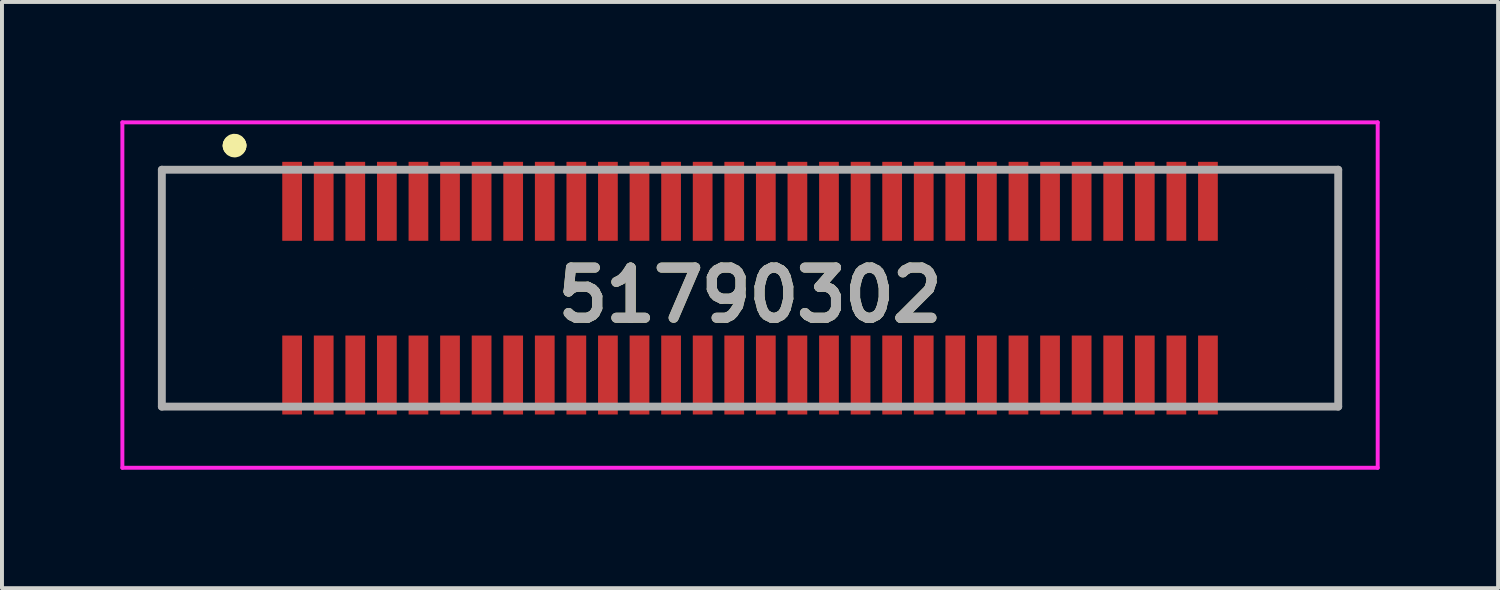
<source format=kicad_pcb>
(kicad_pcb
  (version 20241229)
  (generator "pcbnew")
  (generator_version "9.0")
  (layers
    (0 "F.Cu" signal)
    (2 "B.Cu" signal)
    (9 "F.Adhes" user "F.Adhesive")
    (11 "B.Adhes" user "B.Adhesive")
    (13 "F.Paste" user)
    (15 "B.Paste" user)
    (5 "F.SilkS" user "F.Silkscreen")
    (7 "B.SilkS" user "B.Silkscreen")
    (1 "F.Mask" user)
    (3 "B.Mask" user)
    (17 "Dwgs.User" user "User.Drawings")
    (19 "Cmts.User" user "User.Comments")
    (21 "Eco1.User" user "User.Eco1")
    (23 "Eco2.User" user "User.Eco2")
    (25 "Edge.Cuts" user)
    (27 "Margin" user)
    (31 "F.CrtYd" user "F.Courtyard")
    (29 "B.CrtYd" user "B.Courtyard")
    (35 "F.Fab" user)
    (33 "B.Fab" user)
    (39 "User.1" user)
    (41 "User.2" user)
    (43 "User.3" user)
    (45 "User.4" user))
  (footprint "51790302"
    (layer "F.Cu")
    (at 15.95 4.25)
    (property "Reference" "51790302" (at 0 0.175 0) (layer "F.SilkS") (effects (font (size 1.27 1.27) (thickness 0.254))))
    (attr through_hole)
    (fp_line (start -14.9 -3) (end -14.9 3) (stroke (width 0.1) (type solid)) (layer "F.SilkS"))
    (fp_line (start -14.9 3) (end -12.5 3) (stroke (width 0.1) (type solid)) (layer "F.SilkS"))
    (fp_line (start -13.108 -3.612) (end -13.108 -3.612) (stroke (width 0.5) (type solid)) (layer "F.SilkS"))
    (fp_line (start -13.008 -3.612) (end -13.008 -3.612) (stroke (width 0.5) (type solid)) (layer "F.SilkS"))
    (fp_line (start -12.5 -3) (end -14.9 -3) (stroke (width 0.1) (type solid)) (layer "F.SilkS"))
    (fp_line (start 12.5 -3) (end 14.9 -3) (stroke (width 0.1) (type solid)) (layer "F.SilkS"))
    (fp_line (start 14.9 -3) (end 14.9 3) (stroke (width 0.1) (type solid)) (layer "F.SilkS"))
    (fp_line (start 14.9 3) (end 12.5 3) (stroke (width 0.1) (type solid)) (layer "F.SilkS"))
    (fp_arc (start -13.108 -3.612) (mid -13.058 -3.662) (end -13.008 -3.612) (stroke (width 0.5) (type solid)) (layer "F.SilkS"))
    (fp_arc (start -13.008 -3.612) (mid -13.058 -3.562) (end -13.108 -3.612) (stroke (width 0.5) (type solid)) (layer "F.SilkS"))
    (fp_line (start -15.9 -4.2) (end 15.9 -4.2) (stroke (width 0.1) (type solid)) (layer "F.CrtYd"))
    (fp_line (start -15.9 4.55) (end -15.9 -4.2) (stroke (width 0.1) (type solid)) (layer "F.CrtYd"))
    (fp_line (start 15.9 -4.2) (end 15.9 4.55) (stroke (width 0.1) (type solid)) (layer "F.CrtYd"))
    (fp_line (start 15.9 4.55) (end -15.9 4.55) (stroke (width 0.1) (type solid)) (layer "F.CrtYd"))
    (fp_line (start -14.9 -3) (end 14.9 -3) (stroke (width 0.2) (type solid)) (layer "F.Fab"))
    (fp_line (start -14.9 3) (end -14.9 -3) (stroke (width 0.2) (type solid)) (layer "F.Fab"))
    (fp_line (start 14.9 -3) (end 14.9 3) (stroke (width 0.2) (type solid)) (layer "F.Fab"))
    (fp_line (start 14.9 3) (end -14.9 3) (stroke (width 0.2) (type solid)) (layer "F.Fab"))
    (fp_text user "${REFERENCE}" (at 0 0.175 0) (layer "F.Fab") (effects (font (size 1.27 1.27) (thickness 0.254))))
    (pad "" np_thru_hole circle (at -14.1 0) (size 0.001 0.001) (drill 0.83) (layers "*.Cu" "*.Mask"))
    (pad "" np_thru_hole circle (at 14.1 0) (size 0.001 0.001) (drill 1.23) (layers "*.Cu" "*.Mask"))
    (pad "1" smd rect (at -11.6 -2.2) (size 0.5 2) (layers "F.Cu" "F.Mask" "F.Paste"))
    (pad "2" smd rect (at -11.6 2.2) (size 0.5 2) (layers "F.Cu" "F.Mask" "F.Paste"))
    (pad "3" smd rect (at -10.8 -2.2) (size 0.5 2) (layers "F.Cu" "F.Mask" "F.Paste"))
    (pad "4" smd rect (at -10.8 2.2) (size 0.5 2) (layers "F.Cu" "F.Mask" "F.Paste"))
    (pad "5" smd rect (at -10 -2.2) (size 0.5 2) (layers "F.Cu" "F.Mask" "F.Paste"))
    (pad "6" smd rect (at -10 2.2) (size 0.5 2) (layers "F.Cu" "F.Mask" "F.Paste"))
    (pad "7" smd rect (at -9.2 -2.2) (size 0.5 2) (layers "F.Cu" "F.Mask" "F.Paste"))
    (pad "8" smd rect (at -9.2 2.2) (size 0.5 2) (layers "F.Cu" "F.Mask" "F.Paste"))
    (pad "9" smd rect (at -8.4 -2.2) (size 0.5 2) (layers "F.Cu" "F.Mask" "F.Paste"))
    (pad "10" smd rect (at -8.4 2.2) (size 0.5 2) (layers "F.Cu" "F.Mask" "F.Paste"))
    (pad "11" smd rect (at -7.6 -2.2) (size 0.5 2) (layers "F.Cu" "F.Mask" "F.Paste"))
    (pad "12" smd rect (at -7.6 2.2) (size 0.5 2) (layers "F.Cu" "F.Mask" "F.Paste"))
    (pad "13" smd rect (at -6.8 -2.2) (size 0.5 2) (layers "F.Cu" "F.Mask" "F.Paste"))
    (pad "14" smd rect (at -6.8 2.2) (size 0.5 2) (layers "F.Cu" "F.Mask" "F.Paste"))
    (pad "15" smd rect (at -6 -2.2) (size 0.5 2) (layers "F.Cu" "F.Mask" "F.Paste"))
    (pad "16" smd rect (at -6 2.2) (size 0.5 2) (layers "F.Cu" "F.Mask" "F.Paste"))
    (pad "17" smd rect (at -5.2 -2.2) (size 0.5 2) (layers "F.Cu" "F.Mask" "F.Paste"))
    (pad "18" smd rect (at -5.2 2.2) (size 0.5 2) (layers "F.Cu" "F.Mask" "F.Paste"))
    (pad "19" smd rect (at -4.4 -2.2) (size 0.5 2) (layers "F.Cu" "F.Mask" "F.Paste"))
    (pad "20" smd rect (at -4.4 2.2) (size 0.5 2) (layers "F.Cu" "F.Mask" "F.Paste"))
    (pad "21" smd rect (at -3.6 -2.2) (size 0.5 2) (layers "F.Cu" "F.Mask" "F.Paste"))
    (pad "22" smd rect (at -3.6 2.2) (size 0.5 2) (layers "F.Cu" "F.Mask" "F.Paste"))
    (pad "23" smd rect (at -2.8 -2.2) (size 0.5 2) (layers "F.Cu" "F.Mask" "F.Paste"))
    (pad "24" smd rect (at -2.8 2.2) (size 0.5 2) (layers "F.Cu" "F.Mask" "F.Paste"))
    (pad "25" smd rect (at -2 -2.2) (size 0.5 2) (layers "F.Cu" "F.Mask" "F.Paste"))
    (pad "26" smd rect (at -2 2.2) (size 0.5 2) (layers "F.Cu" "F.Mask" "F.Paste"))
    (pad "27" smd rect (at -1.2 -2.2) (size 0.5 2) (layers "F.Cu" "F.Mask" "F.Paste"))
    (pad "28" smd rect (at -1.2 2.2) (size 0.5 2) (layers "F.Cu" "F.Mask" "F.Paste"))
    (pad "29" smd rect (at -0.4 -2.2) (size 0.5 2) (layers "F.Cu" "F.Mask" "F.Paste"))
    (pad "30" smd rect (at -0.4 2.2) (size 0.5 2) (layers "F.Cu" "F.Mask" "F.Paste"))
    (pad "31" smd rect (at 0.4 -2.2) (size 0.5 2) (layers "F.Cu" "F.Mask" "F.Paste"))
    (pad "32" smd rect (at 0.4 2.2) (size 0.5 2) (layers "F.Cu" "F.Mask" "F.Paste"))
    (pad "33" smd rect (at 1.2 -2.2) (size 0.5 2) (layers "F.Cu" "F.Mask" "F.Paste"))
    (pad "34" smd rect (at 1.2 2.2) (size 0.5 2) (layers "F.Cu" "F.Mask" "F.Paste"))
    (pad "35" smd rect (at 2 -2.2) (size 0.5 2) (layers "F.Cu" "F.Mask" "F.Paste"))
    (pad "36" smd rect (at 2 2.2) (size 0.5 2) (layers "F.Cu" "F.Mask" "F.Paste"))
    (pad "37" smd rect (at 2.8 -2.2) (size 0.5 2) (layers "F.Cu" "F.Mask" "F.Paste"))
    (pad "38" smd rect (at 2.8 2.2) (size 0.5 2) (layers "F.Cu" "F.Mask" "F.Paste"))
    (pad "39" smd rect (at 3.6 -2.2) (size 0.5 2) (layers "F.Cu" "F.Mask" "F.Paste"))
    (pad "40" smd rect (at 3.6 2.2) (size 0.5 2) (layers "F.Cu" "F.Mask" "F.Paste"))
    (pad "41" smd rect (at 4.4 -2.2) (size 0.5 2) (layers "F.Cu" "F.Mask" "F.Paste"))
    (pad "42" smd rect (at 4.4 2.2) (size 0.5 2) (layers "F.Cu" "F.Mask" "F.Paste"))
    (pad "43" smd rect (at 5.2 -2.2) (size 0.5 2) (layers "F.Cu" "F.Mask" "F.Paste"))
    (pad "44" smd rect (at 5.2 2.2) (size 0.5 2) (layers "F.Cu" "F.Mask" "F.Paste"))
    (pad "45" smd rect (at 6 -2.2) (size 0.5 2) (layers "F.Cu" "F.Mask" "F.Paste"))
    (pad "46" smd rect (at 6 2.2) (size 0.5 2) (layers "F.Cu" "F.Mask" "F.Paste"))
    (pad "47" smd rect (at 6.8 -2.2) (size 0.5 2) (layers "F.Cu" "F.Mask" "F.Paste"))
    (pad "48" smd rect (at 6.8 2.2) (size 0.5 2) (layers "F.Cu" "F.Mask" "F.Paste"))
    (pad "49" smd rect (at 7.6 -2.2) (size 0.5 2) (layers "F.Cu" "F.Mask" "F.Paste"))
    (pad "50" smd rect (at 7.6 2.2) (size 0.5 2) (layers "F.Cu" "F.Mask" "F.Paste"))
    (pad "51" smd rect (at 8.4 -2.2) (size 0.5 2) (layers "F.Cu" "F.Mask" "F.Paste"))
    (pad "52" smd rect (at 8.4 2.2) (size 0.5 2) (layers "F.Cu" "F.Mask" "F.Paste"))
    (pad "53" smd rect (at 9.2 -2.2) (size 0.5 2) (layers "F.Cu" "F.Mask" "F.Paste"))
    (pad "54" smd rect (at 9.2 2.2) (size 0.5 2) (layers "F.Cu" "F.Mask" "F.Paste"))
    (pad "55" smd rect (at 10 -2.2) (size 0.5 2) (layers "F.Cu" "F.Mask" "F.Paste"))
    (pad "56" smd rect (at 10 2.2) (size 0.5 2) (layers "F.Cu" "F.Mask" "F.Paste"))
    (pad "57" smd rect (at 10.8 -2.2) (size 0.5 2) (layers "F.Cu" "F.Mask" "F.Paste"))
    (pad "58" smd rect (at 10.8 2.2) (size 0.5 2) (layers "F.Cu" "F.Mask" "F.Paste"))
    (pad "59" smd rect (at 11.6 -2.2) (size 0.5 2) (layers "F.Cu" "F.Mask" "F.Paste"))
    (pad "60" smd rect (at 11.6 2.2) (size 0.5 2) (layers "F.Cu" "F.Mask" "F.Paste")))
  (gr_rect
    (start -3 -3)
    (end 34.9 11.85)
    (stroke (width 0.1) (type default))
    (fill no)
    (layer "Edge.Cuts")))
</source>
